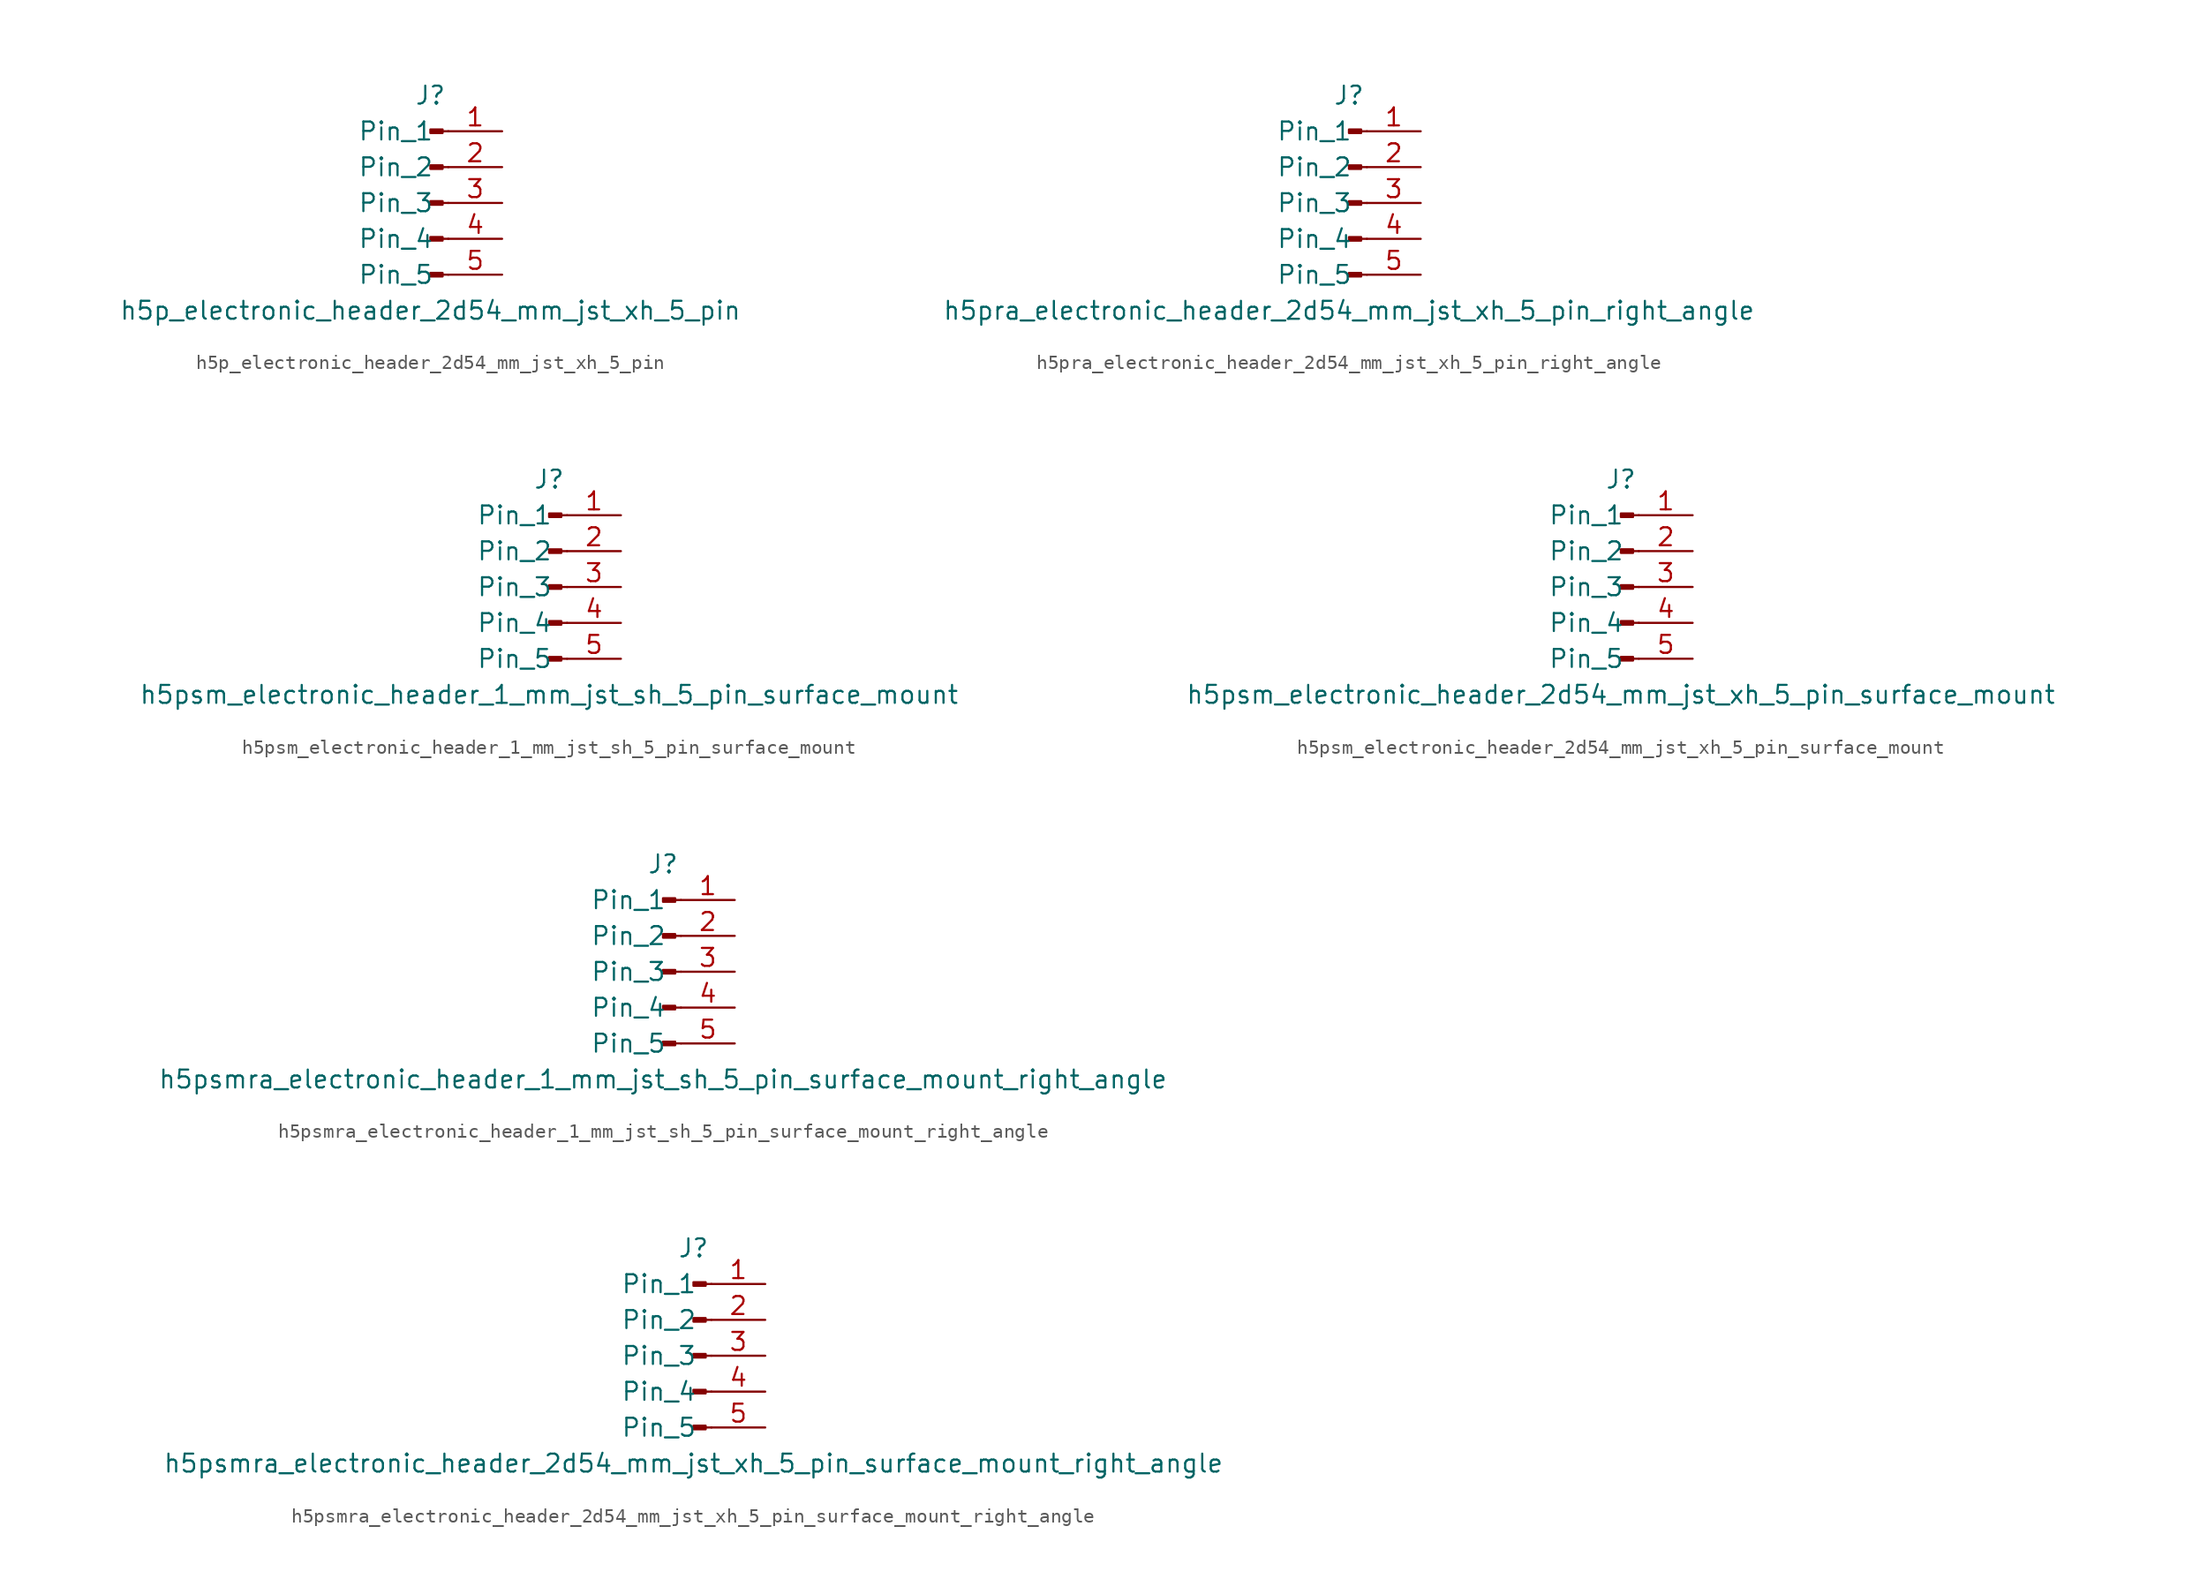
<source format=kicad_sym>
(kicad_symbol_lib
  (version 20220914)
  (generator kicad_symbol_editor)
  (symbol "h5p_electronic_header_2d54_mm_jst_xh_5_pin"
    (pin_names
      (offset 1.016))
    (property "Reference" "J"
      (at 0 7.62 0)
      (effects (font (size 1.27 1.27))))
    (property "Value" "h5p_electronic_header_2d54_mm_jst_xh_5_pin"
      (at 0 -7.62 0)
      (effects (font (size 1.27 1.27))))
    (property "ki_locked" ""
      (at 0 0 0)
      (effects (font (size 1.27 1.27))))
    (symbol "h5p_electronic_header_2d54_mm_jst_xh_5_pin_1_1"
      (polyline (pts (xy 1.27 -5.08) (xy 0.864 -5.08)) (stroke (width 0.152) (type default)) (fill (type none)))
      (polyline (pts (xy 1.27 -2.54) (xy 0.864 -2.54)) (stroke (width 0.152) (type default)) (fill (type none)))
      (polyline (pts (xy 1.27 0) (xy 0.864 0)) (stroke (width 0.152) (type default)) (fill (type none)))
      (polyline (pts (xy 1.27 2.54) (xy 0.864 2.54)) (stroke (width 0.152) (type default)) (fill (type none)))
      (polyline (pts (xy 1.27 5.08) (xy 0.864 5.08)) (stroke (width 0.152) (type default)) (fill (type none)))
      (rectangle (start 0.864 -4.953) (end 0 -5.207) (stroke (width 0.152) (type default)) (fill (type outline)))
      (rectangle (start 0.864 -2.413) (end 0 -2.667) (stroke (width 0.152) (type default)) (fill (type outline)))
      (rectangle (start 0.864 0.127) (end 0 -0.127) (stroke (width 0.152) (type default)) (fill (type outline)))
      (rectangle (start 0.864 2.667) (end 0 2.413) (stroke (width 0.152) (type default)) (fill (type outline)))
      (rectangle (start 0.864 5.207) (end 0 4.953) (stroke (width 0.152) (type default)) (fill (type outline)))
      (pin passive line (at 5.08 5.08 180) (length 3.81) (name "Pin_1" (effects (font (size 1.27 1.27)))) (number "1" (effects (font (size 1.27 1.27)))))
      (pin passive line (at 5.08 2.54 180) (length 3.81) (name "Pin_2" (effects (font (size 1.27 1.27)))) (number "2" (effects (font (size 1.27 1.27)))))
      (pin passive line (at 5.08 0 180) (length 3.81) (name "Pin_3" (effects (font (size 1.27 1.27)))) (number "3" (effects (font (size 1.27 1.27)))))
      (pin passive line (at 5.08 -2.54 180) (length 3.81) (name "Pin_4" (effects (font (size 1.27 1.27)))) (number "4" (effects (font (size 1.27 1.27)))))
      (pin passive line (at 5.08 -5.08 180) (length 3.81) (name "Pin_5" (effects (font (size 1.27 1.27)))) (number "5" (effects (font (size 1.27 1.27)))))))
  (symbol "h5pra_electronic_header_2d54_mm_jst_xh_5_pin_right_angle"
    (pin_names
      (offset 1.016))
    (property "Reference" "J"
      (at 0 7.62 0)
      (effects (font (size 1.27 1.27))))
    (property "Value" "h5pra_electronic_header_2d54_mm_jst_xh_5_pin_right_angle"
      (at 0 -7.62 0)
      (effects (font (size 1.27 1.27))))
    (property "ki_locked" ""
      (at 0 0 0)
      (effects (font (size 1.27 1.27))))
    (symbol "h5pra_electronic_header_2d54_mm_jst_xh_5_pin_right_angle_1_1"
      (polyline (pts (xy 1.27 -5.08) (xy 0.864 -5.08)) (stroke (width 0.152) (type default)) (fill (type none)))
      (polyline (pts (xy 1.27 -2.54) (xy 0.864 -2.54)) (stroke (width 0.152) (type default)) (fill (type none)))
      (polyline (pts (xy 1.27 0) (xy 0.864 0)) (stroke (width 0.152) (type default)) (fill (type none)))
      (polyline (pts (xy 1.27 2.54) (xy 0.864 2.54)) (stroke (width 0.152) (type default)) (fill (type none)))
      (polyline (pts (xy 1.27 5.08) (xy 0.864 5.08)) (stroke (width 0.152) (type default)) (fill (type none)))
      (rectangle (start 0.864 -4.953) (end 0 -5.207) (stroke (width 0.152) (type default)) (fill (type outline)))
      (rectangle (start 0.864 -2.413) (end 0 -2.667) (stroke (width 0.152) (type default)) (fill (type outline)))
      (rectangle (start 0.864 0.127) (end 0 -0.127) (stroke (width 0.152) (type default)) (fill (type outline)))
      (rectangle (start 0.864 2.667) (end 0 2.413) (stroke (width 0.152) (type default)) (fill (type outline)))
      (rectangle (start 0.864 5.207) (end 0 4.953) (stroke (width 0.152) (type default)) (fill (type outline)))
      (pin passive line (at 5.08 5.08 180) (length 3.81) (name "Pin_1" (effects (font (size 1.27 1.27)))) (number "1" (effects (font (size 1.27 1.27)))))
      (pin passive line (at 5.08 2.54 180) (length 3.81) (name "Pin_2" (effects (font (size 1.27 1.27)))) (number "2" (effects (font (size 1.27 1.27)))))
      (pin passive line (at 5.08 0 180) (length 3.81) (name "Pin_3" (effects (font (size 1.27 1.27)))) (number "3" (effects (font (size 1.27 1.27)))))
      (pin passive line (at 5.08 -2.54 180) (length 3.81) (name "Pin_4" (effects (font (size 1.27 1.27)))) (number "4" (effects (font (size 1.27 1.27)))))
      (pin passive line (at 5.08 -5.08 180) (length 3.81) (name "Pin_5" (effects (font (size 1.27 1.27)))) (number "5" (effects (font (size 1.27 1.27)))))))
  (symbol "h5psm_electronic_header_1_mm_jst_sh_5_pin_surface_mount"
    (pin_names
      (offset 1.016))
    (property "Reference" "J"
      (at 0 7.62 0)
      (effects (font (size 1.27 1.27))))
    (property "Value" "h5psm_electronic_header_1_mm_jst_sh_5_pin_surface_mount"
      (at 0 -7.62 0)
      (effects (font (size 1.27 1.27))))
    (property "ki_locked" ""
      (at 0 0 0)
      (effects (font (size 1.27 1.27))))
    (symbol "h5psm_electronic_header_1_mm_jst_sh_5_pin_surface_mount_1_1"
      (polyline (pts (xy 1.27 -5.08) (xy 0.864 -5.08)) (stroke (width 0.152) (type default)) (fill (type none)))
      (polyline (pts (xy 1.27 -2.54) (xy 0.864 -2.54)) (stroke (width 0.152) (type default)) (fill (type none)))
      (polyline (pts (xy 1.27 0) (xy 0.864 0)) (stroke (width 0.152) (type default)) (fill (type none)))
      (polyline (pts (xy 1.27 2.54) (xy 0.864 2.54)) (stroke (width 0.152) (type default)) (fill (type none)))
      (polyline (pts (xy 1.27 5.08) (xy 0.864 5.08)) (stroke (width 0.152) (type default)) (fill (type none)))
      (rectangle (start 0.864 -4.953) (end 0 -5.207) (stroke (width 0.152) (type default)) (fill (type outline)))
      (rectangle (start 0.864 -2.413) (end 0 -2.667) (stroke (width 0.152) (type default)) (fill (type outline)))
      (rectangle (start 0.864 0.127) (end 0 -0.127) (stroke (width 0.152) (type default)) (fill (type outline)))
      (rectangle (start 0.864 2.667) (end 0 2.413) (stroke (width 0.152) (type default)) (fill (type outline)))
      (rectangle (start 0.864 5.207) (end 0 4.953) (stroke (width 0.152) (type default)) (fill (type outline)))
      (pin passive line (at 5.08 5.08 180) (length 3.81) (name "Pin_1" (effects (font (size 1.27 1.27)))) (number "1" (effects (font (size 1.27 1.27)))))
      (pin passive line (at 5.08 2.54 180) (length 3.81) (name "Pin_2" (effects (font (size 1.27 1.27)))) (number "2" (effects (font (size 1.27 1.27)))))
      (pin passive line (at 5.08 0 180) (length 3.81) (name "Pin_3" (effects (font (size 1.27 1.27)))) (number "3" (effects (font (size 1.27 1.27)))))
      (pin passive line (at 5.08 -2.54 180) (length 3.81) (name "Pin_4" (effects (font (size 1.27 1.27)))) (number "4" (effects (font (size 1.27 1.27)))))
      (pin passive line (at 5.08 -5.08 180) (length 3.81) (name "Pin_5" (effects (font (size 1.27 1.27)))) (number "5" (effects (font (size 1.27 1.27)))))))
  (symbol "h5psm_electronic_header_2d54_mm_jst_xh_5_pin_surface_mount"
    (pin_names
      (offset 1.016))
    (property "Reference" "J"
      (at 0 7.62 0)
      (effects (font (size 1.27 1.27))))
    (property "Value" "h5psm_electronic_header_2d54_mm_jst_xh_5_pin_surface_mount"
      (at 0 -7.62 0)
      (effects (font (size 1.27 1.27))))
    (property "ki_locked" ""
      (at 0 0 0)
      (effects (font (size 1.27 1.27))))
    (symbol "h5psm_electronic_header_2d54_mm_jst_xh_5_pin_surface_mount_1_1"
      (polyline (pts (xy 1.27 -5.08) (xy 0.864 -5.08)) (stroke (width 0.152) (type default)) (fill (type none)))
      (polyline (pts (xy 1.27 -2.54) (xy 0.864 -2.54)) (stroke (width 0.152) (type default)) (fill (type none)))
      (polyline (pts (xy 1.27 0) (xy 0.864 0)) (stroke (width 0.152) (type default)) (fill (type none)))
      (polyline (pts (xy 1.27 2.54) (xy 0.864 2.54)) (stroke (width 0.152) (type default)) (fill (type none)))
      (polyline (pts (xy 1.27 5.08) (xy 0.864 5.08)) (stroke (width 0.152) (type default)) (fill (type none)))
      (rectangle (start 0.864 -4.953) (end 0 -5.207) (stroke (width 0.152) (type default)) (fill (type outline)))
      (rectangle (start 0.864 -2.413) (end 0 -2.667) (stroke (width 0.152) (type default)) (fill (type outline)))
      (rectangle (start 0.864 0.127) (end 0 -0.127) (stroke (width 0.152) (type default)) (fill (type outline)))
      (rectangle (start 0.864 2.667) (end 0 2.413) (stroke (width 0.152) (type default)) (fill (type outline)))
      (rectangle (start 0.864 5.207) (end 0 4.953) (stroke (width 0.152) (type default)) (fill (type outline)))
      (pin passive line (at 5.08 5.08 180) (length 3.81) (name "Pin_1" (effects (font (size 1.27 1.27)))) (number "1" (effects (font (size 1.27 1.27)))))
      (pin passive line (at 5.08 2.54 180) (length 3.81) (name "Pin_2" (effects (font (size 1.27 1.27)))) (number "2" (effects (font (size 1.27 1.27)))))
      (pin passive line (at 5.08 0 180) (length 3.81) (name "Pin_3" (effects (font (size 1.27 1.27)))) (number "3" (effects (font (size 1.27 1.27)))))
      (pin passive line (at 5.08 -2.54 180) (length 3.81) (name "Pin_4" (effects (font (size 1.27 1.27)))) (number "4" (effects (font (size 1.27 1.27)))))
      (pin passive line (at 5.08 -5.08 180) (length 3.81) (name "Pin_5" (effects (font (size 1.27 1.27)))) (number "5" (effects (font (size 1.27 1.27)))))))
  (symbol "h5psmra_electronic_header_1_mm_jst_sh_5_pin_surface_mount_right_angle"
    (pin_names
      (offset 1.016))
    (property "Reference" "J"
      (at 0 7.62 0)
      (effects (font (size 1.27 1.27))))
    (property "Value" "h5psmra_electronic_header_1_mm_jst_sh_5_pin_surface_mount_right_angle"
      (at 0 -7.62 0)
      (effects (font (size 1.27 1.27))))
    (property "ki_locked" ""
      (at 0 0 0)
      (effects (font (size 1.27 1.27))))
    (symbol "h5psmra_electronic_header_1_mm_jst_sh_5_pin_surface_mount_right_angle_1_1"
      (polyline (pts (xy 1.27 -5.08) (xy 0.864 -5.08)) (stroke (width 0.152) (type default)) (fill (type none)))
      (polyline (pts (xy 1.27 -2.54) (xy 0.864 -2.54)) (stroke (width 0.152) (type default)) (fill (type none)))
      (polyline (pts (xy 1.27 0) (xy 0.864 0)) (stroke (width 0.152) (type default)) (fill (type none)))
      (polyline (pts (xy 1.27 2.54) (xy 0.864 2.54)) (stroke (width 0.152) (type default)) (fill (type none)))
      (polyline (pts (xy 1.27 5.08) (xy 0.864 5.08)) (stroke (width 0.152) (type default)) (fill (type none)))
      (rectangle (start 0.864 -4.953) (end 0 -5.207) (stroke (width 0.152) (type default)) (fill (type outline)))
      (rectangle (start 0.864 -2.413) (end 0 -2.667) (stroke (width 0.152) (type default)) (fill (type outline)))
      (rectangle (start 0.864 0.127) (end 0 -0.127) (stroke (width 0.152) (type default)) (fill (type outline)))
      (rectangle (start 0.864 2.667) (end 0 2.413) (stroke (width 0.152) (type default)) (fill (type outline)))
      (rectangle (start 0.864 5.207) (end 0 4.953) (stroke (width 0.152) (type default)) (fill (type outline)))
      (pin passive line (at 5.08 5.08 180) (length 3.81) (name "Pin_1" (effects (font (size 1.27 1.27)))) (number "1" (effects (font (size 1.27 1.27)))))
      (pin passive line (at 5.08 2.54 180) (length 3.81) (name "Pin_2" (effects (font (size 1.27 1.27)))) (number "2" (effects (font (size 1.27 1.27)))))
      (pin passive line (at 5.08 0 180) (length 3.81) (name "Pin_3" (effects (font (size 1.27 1.27)))) (number "3" (effects (font (size 1.27 1.27)))))
      (pin passive line (at 5.08 -2.54 180) (length 3.81) (name "Pin_4" (effects (font (size 1.27 1.27)))) (number "4" (effects (font (size 1.27 1.27)))))
      (pin passive line (at 5.08 -5.08 180) (length 3.81) (name "Pin_5" (effects (font (size 1.27 1.27)))) (number "5" (effects (font (size 1.27 1.27)))))))
  (symbol "h5psmra_electronic_header_2d54_mm_jst_xh_5_pin_surface_mount_right_angle"
    (pin_names
      (offset 1.016))
    (property "Reference" "J"
      (at 0 7.62 0)
      (effects (font (size 1.27 1.27))))
    (property "Value" "h5psmra_electronic_header_2d54_mm_jst_xh_5_pin_surface_mount_right_angle"
      (at 0 -7.62 0)
      (effects (font (size 1.27 1.27))))
    (property "ki_locked" ""
      (at 0 0 0)
      (effects (font (size 1.27 1.27))))
    (symbol "h5psmra_electronic_header_2d54_mm_jst_xh_5_pin_surface_mount_right_angle_1_1"
      (polyline (pts (xy 1.27 -5.08) (xy 0.864 -5.08)) (stroke (width 0.152) (type default)) (fill (type none)))
      (polyline (pts (xy 1.27 -2.54) (xy 0.864 -2.54)) (stroke (width 0.152) (type default)) (fill (type none)))
      (polyline (pts (xy 1.27 0) (xy 0.864 0)) (stroke (width 0.152) (type default)) (fill (type none)))
      (polyline (pts (xy 1.27 2.54) (xy 0.864 2.54)) (stroke (width 0.152) (type default)) (fill (type none)))
      (polyline (pts (xy 1.27 5.08) (xy 0.864 5.08)) (stroke (width 0.152) (type default)) (fill (type none)))
      (rectangle (start 0.864 -4.953) (end 0 -5.207) (stroke (width 0.152) (type default)) (fill (type outline)))
      (rectangle (start 0.864 -2.413) (end 0 -2.667) (stroke (width 0.152) (type default)) (fill (type outline)))
      (rectangle (start 0.864 0.127) (end 0 -0.127) (stroke (width 0.152) (type default)) (fill (type outline)))
      (rectangle (start 0.864 2.667) (end 0 2.413) (stroke (width 0.152) (type default)) (fill (type outline)))
      (rectangle (start 0.864 5.207) (end 0 4.953) (stroke (width 0.152) (type default)) (fill (type outline)))
      (pin passive line (at 5.08 5.08 180) (length 3.81) (name "Pin_1" (effects (font (size 1.27 1.27)))) (number "1" (effects (font (size 1.27 1.27)))))
      (pin passive line (at 5.08 2.54 180) (length 3.81) (name "Pin_2" (effects (font (size 1.27 1.27)))) (number "2" (effects (font (size 1.27 1.27)))))
      (pin passive line (at 5.08 0 180) (length 3.81) (name "Pin_3" (effects (font (size 1.27 1.27)))) (number "3" (effects (font (size 1.27 1.27)))))
      (pin passive line (at 5.08 -2.54 180) (length 3.81) (name "Pin_4" (effects (font (size 1.27 1.27)))) (number "4" (effects (font (size 1.27 1.27)))))
      (pin passive line (at 5.08 -5.08 180) (length 3.81) (name "Pin_5" (effects (font (size 1.27 1.27)))) (number "5" (effects (font (size 1.27 1.27))))))))
</source>
